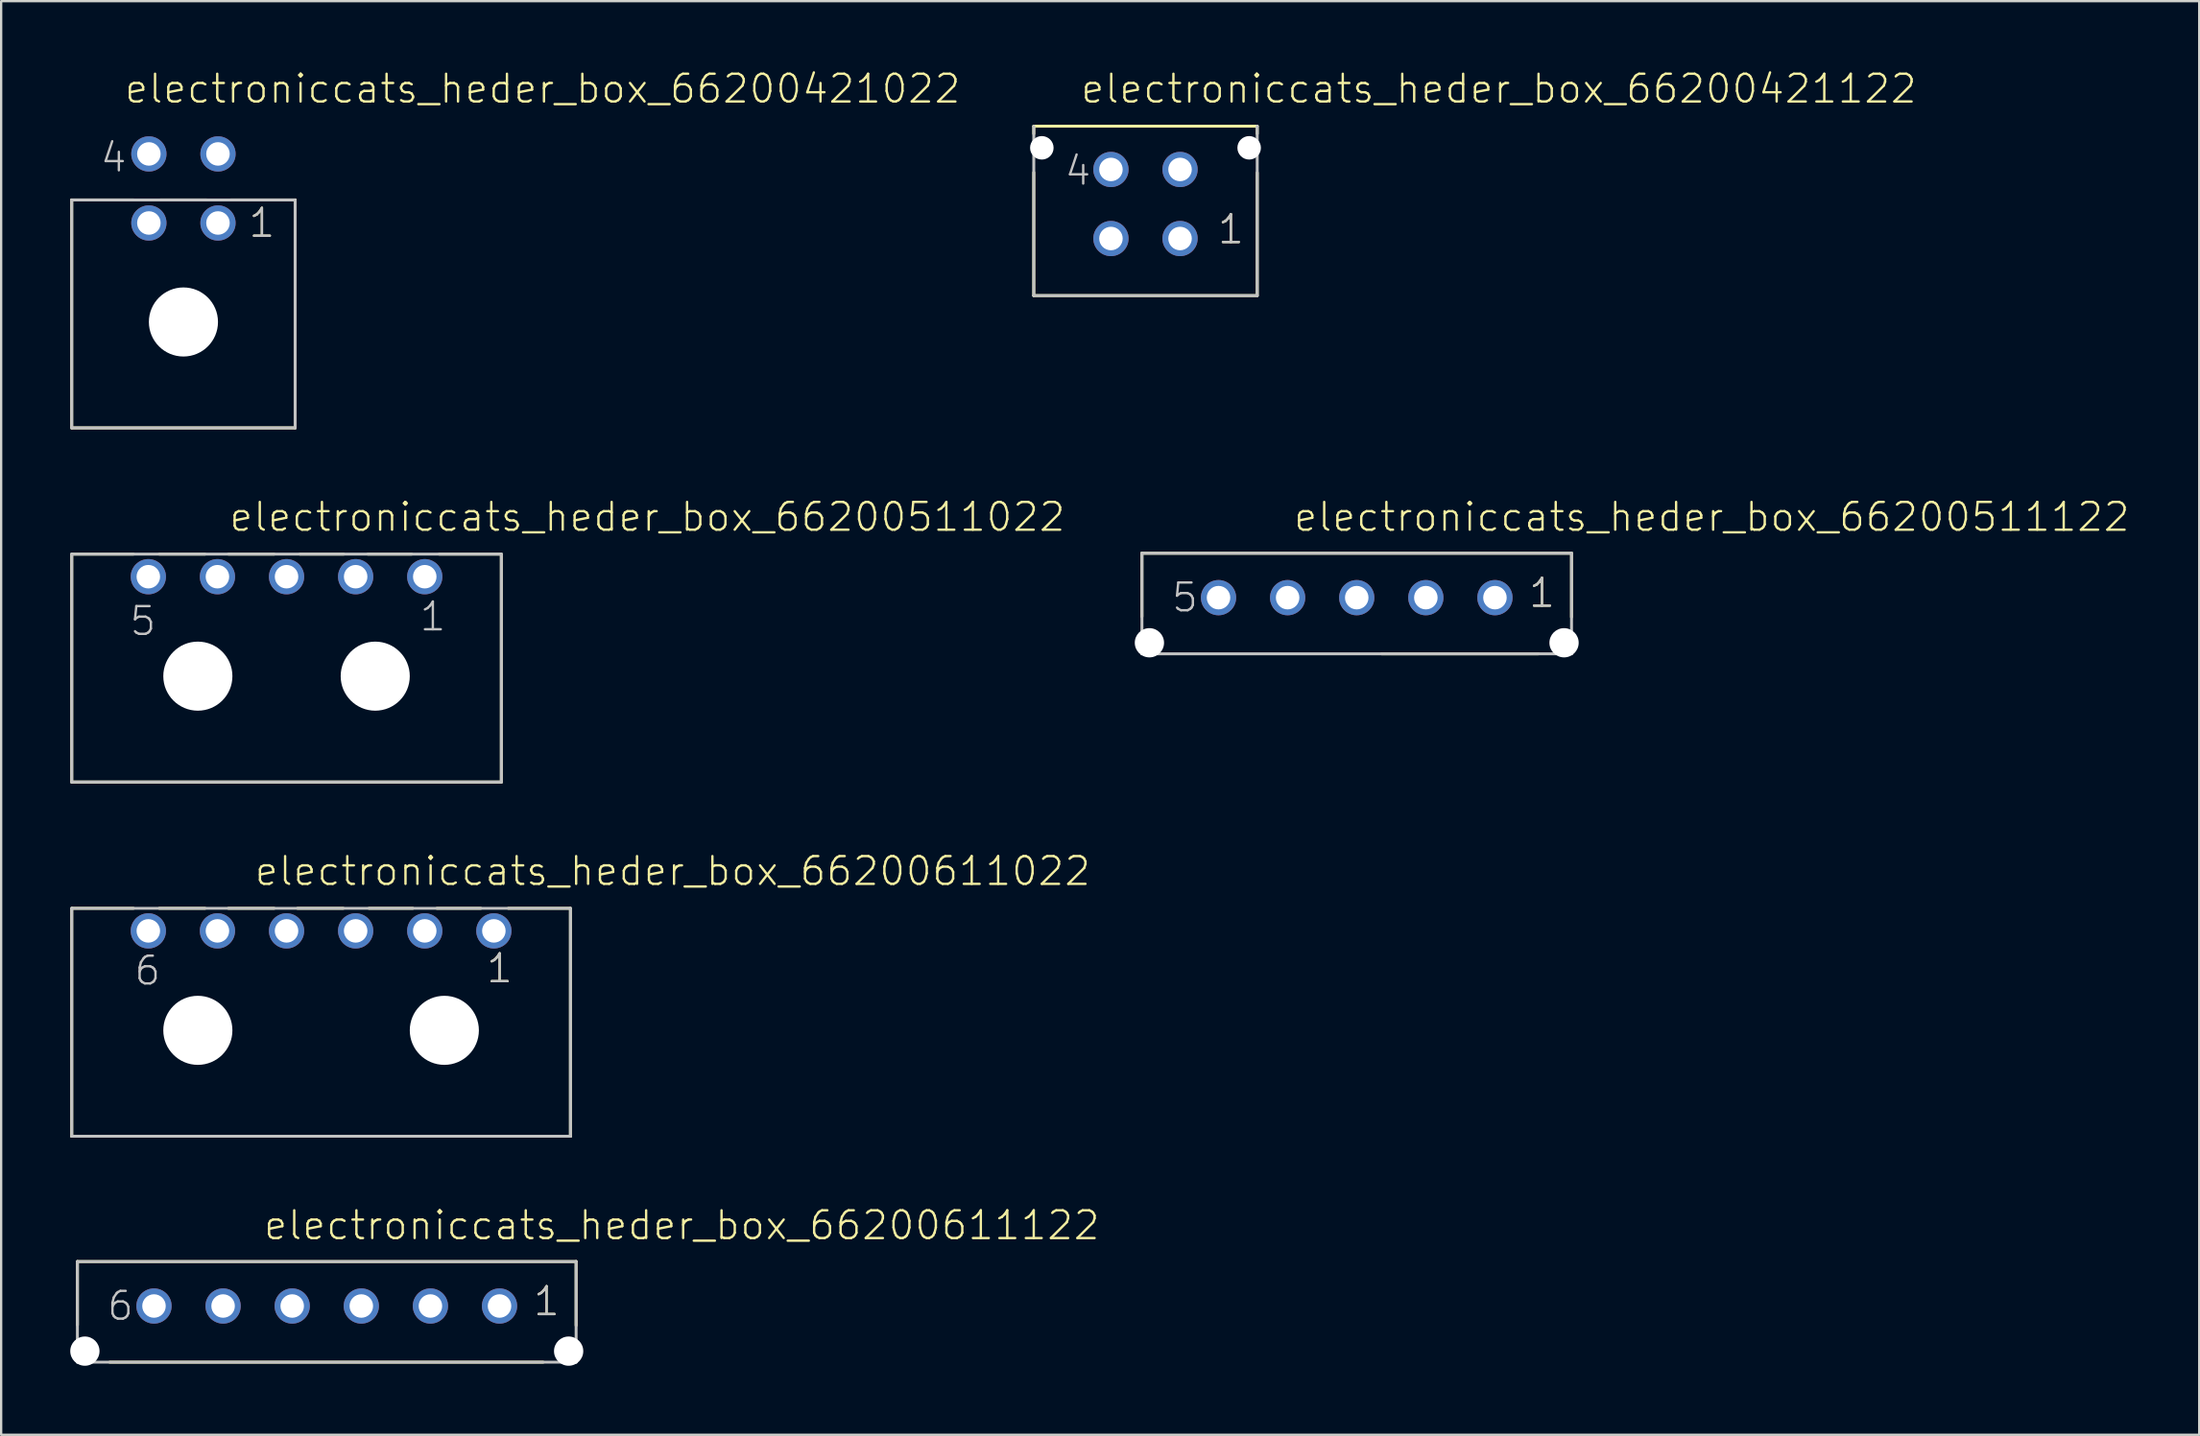
<source format=kicad_pcb>
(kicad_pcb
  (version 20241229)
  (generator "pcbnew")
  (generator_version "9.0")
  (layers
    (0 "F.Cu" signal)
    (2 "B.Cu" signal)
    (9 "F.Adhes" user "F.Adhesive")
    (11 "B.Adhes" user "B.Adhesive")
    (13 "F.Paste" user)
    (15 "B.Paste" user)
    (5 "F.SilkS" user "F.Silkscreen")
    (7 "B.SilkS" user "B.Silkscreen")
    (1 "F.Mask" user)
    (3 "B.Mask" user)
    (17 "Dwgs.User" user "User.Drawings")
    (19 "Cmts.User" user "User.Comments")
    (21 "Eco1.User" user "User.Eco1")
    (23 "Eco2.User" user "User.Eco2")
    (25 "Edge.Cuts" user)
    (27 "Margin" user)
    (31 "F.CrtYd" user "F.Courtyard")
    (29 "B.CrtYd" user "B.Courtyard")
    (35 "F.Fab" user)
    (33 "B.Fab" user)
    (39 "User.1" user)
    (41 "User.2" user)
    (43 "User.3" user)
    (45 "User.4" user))
  (footprint "electroniccats_heder_box_66200611022"
    (layer "F.Cu")
    (at 10.889 41.706)
    (property "Reference" "electroniccats_heder_box_66200611022" (at -2.95 -6.21 0) (layer "F.SilkS") (effects (font (size 1.206 1.206) (thickness 0.102)) (justify left bottom)))
    (attr through_hole)
    (fp_line (start -10.825 4.6) (end -10.825 -5.3) (stroke (width 0.127) (type solid)) (layer "F.SilkS"))
    (fp_line (start -10.8 -5.3) (end -8.15 -5.3) (stroke (width 0.127) (type solid)) (layer "F.SilkS"))
    (fp_line (start -7.02 -5.3) (end -5.04 -5.3) (stroke (width 0.127) (type solid)) (layer "F.SilkS"))
    (fp_line (start -4.02 -5.3) (end -2.04 -5.3) (stroke (width 0.127) (type solid)) (layer "F.SilkS"))
    (fp_line (start -1.02 -5.3) (end 0.96 -5.3) (stroke (width 0.127) (type solid)) (layer "F.SilkS"))
    (fp_line (start 2.08 -5.3) (end 3.98 -5.3) (stroke (width 0.127) (type solid)) (layer "F.SilkS"))
    (fp_line (start 5.03 -5.3) (end 6.93 -5.3) (stroke (width 0.127) (type solid)) (layer "F.SilkS"))
    (fp_line (start 8.13 -5.3) (end 10.8 -5.3) (stroke (width 0.127) (type solid)) (layer "F.SilkS"))
    (fp_line (start 10.825 -5.3) (end 10.825 4.6) (stroke (width 0.127) (type solid)) (layer "F.SilkS"))
    (fp_line (start 10.825 4.6) (end -10.825 4.6) (stroke (width 0.127) (type solid)) (layer "F.SilkS"))
    (fp_line (start -10.825 -5.3) (end 10.825 -5.3) (stroke (width 0.127) (type solid)) (layer "Dwgs.User"))
    (fp_line (start -10.825 4.6) (end -10.825 -5.3) (stroke (width 0.127) (type solid)) (layer "Dwgs.User"))
    (fp_line (start 10.825 -5.3) (end 10.825 4.6) (stroke (width 0.127) (type solid)) (layer "Dwgs.User"))
    (fp_line (start 10.825 4.6) (end -10.825 4.6) (stroke (width 0.127) (type solid)) (layer "Dwgs.User"))
    (fp_text user "1" (at 7.11 -1.985 0) (layer "F.SilkS") (effects (font (size 1.206 1.206) (thickness 0.102)) (justify left bottom)))
    (fp_text user "1" (at 7.11 -1.985 0) (layer "Dwgs.User") (effects (font (size 1.206 1.206) (thickness 0.102)) (justify left bottom)))
    (fp_text user "6" (at -8.175 -1.885 0) (layer "Dwgs.User") (effects (font (size 1.206 1.206) (thickness 0.102)) (justify left bottom)))
    (pad "" np_thru_hole circle (at -5.35 0) (size 3 3) (drill 3) (layers "*.Cu"))
    (pad "" np_thru_hole circle (at 5.35 0) (size 3 3) (drill 3) (layers "*.Cu"))
    (pad "1" thru_hole circle (at 7.5 -4.32) (size 1.53 1.53) (drill 1.02) (layers "*.Cu" "*.Mask"))
    (pad "2" thru_hole circle (at 4.5 -4.32) (size 1.53 1.53) (drill 1.02) (layers "*.Cu" "*.Mask"))
    (pad "3" thru_hole circle (at 1.5 -4.32) (size 1.53 1.53) (drill 1.02) (layers "*.Cu" "*.Mask"))
    (pad "4" thru_hole circle (at -1.5 -4.32) (size 1.53 1.53) (drill 1.02) (layers "*.Cu" "*.Mask"))
    (pad "5" thru_hole circle (at -4.5 -4.32) (size 1.53 1.53) (drill 1.02) (layers "*.Cu" "*.Mask"))
    (pad "6" thru_hole circle (at -7.5 -4.32) (size 1.53 1.53) (drill 1.02) (layers "*.Cu" "*.Mask")))
  (footprint "electroniccats_heder_box_66200421022"
    (layer "F.Cu")
    (at 4.913 10.936)
    (property "Reference" "electroniccats_heder_box_66200421022" (at -2.62 -9.425 0) (layer "F.SilkS") (effects (font (size 1.206 1.206) (thickness 0.102)) (justify left bottom)))
    (attr through_hole)
    (fp_line (start -4.85 4.6) (end -4.85 -5.3) (stroke (width 0.127) (type solid)) (layer "F.SilkS"))
    (fp_line (start -2.16 -5.3) (end -4.85 -5.3) (stroke (width 0.127) (type solid)) (layer "F.SilkS"))
    (fp_line (start -1 -5.3) (end 1 -5.3) (stroke (width 0.127) (type solid)) (layer "F.SilkS"))
    (fp_line (start 2.06 -5.3) (end 4.85 -5.3) (stroke (width 0.127) (type solid)) (layer "F.SilkS"))
    (fp_line (start 4.85 -5.3) (end 4.85 4.6) (stroke (width 0.127) (type solid)) (layer "F.SilkS"))
    (fp_line (start 4.85 4.6) (end -4.85 4.6) (stroke (width 0.127) (type solid)) (layer "F.SilkS"))
    (fp_line (start -4.85 -5.3) (end 4.85 -5.3) (stroke (width 0.127) (type solid)) (layer "Dwgs.User"))
    (fp_line (start -4.85 4.6) (end -4.85 -5.3) (stroke (width 0.127) (type solid)) (layer "Dwgs.User"))
    (fp_line (start 4.85 -5.3) (end 4.85 4.6) (stroke (width 0.127) (type solid)) (layer "Dwgs.User"))
    (fp_line (start 4.85 4.6) (end -4.85 4.6) (stroke (width 0.127) (type solid)) (layer "Dwgs.User"))
    (fp_text user "1" (at 2.765 -3.595 0) (layer "F.SilkS") (effects (font (size 1.206 1.206) (thickness 0.102)) (justify left bottom)))
    (fp_text user "4" (at -3.675 -6.435 0) (layer "Dwgs.User") (effects (font (size 1.206 1.206) (thickness 0.102)) (justify left bottom)))
    (fp_text user "1" (at 2.765 -3.595 0) (layer "Dwgs.User") (effects (font (size 1.206 1.206) (thickness 0.102)) (justify left bottom)))
    (pad "" np_thru_hole circle (at 0 0) (size 3 3) (drill 3) (layers "*.Cu"))
    (pad "1" thru_hole circle (at 1.5 -4.3) (size 1.53 1.53) (drill 1.02) (layers "*.Cu" "*.Mask"))
    (pad "2" thru_hole circle (at -1.5 -4.3) (size 1.53 1.53) (drill 1.02) (layers "*.Cu" "*.Mask"))
    (pad "3" thru_hole circle (at 1.5 -7.3) (size 1.53 1.53) (drill 1.02) (layers "*.Cu" "*.Mask"))
    (pad "4" thru_hole circle (at -1.5 -7.3) (size 1.53 1.53) (drill 1.02) (layers "*.Cu" "*.Mask")))
  (footprint "electroniccats_heder_box_66200611122"
    (layer "F.Cu")
    (at 11.135 53.681)
    (property "Reference" "electroniccats_heder_box_66200611122" (at -2.8 -2.8 0) (layer "F.SilkS") (effects (font (size 1.206 1.206) (thickness 0.102)) (justify left bottom)))
    (attr through_hole)
    (fp_line (start -10.825 -1.93) (end 10.825 -1.93) (stroke (width 0.127) (type solid)) (layer "F.SilkS"))
    (fp_line (start -10.825 0.825) (end -10.825 -1.93) (stroke (width 0.127) (type solid)) (layer "F.SilkS"))
    (fp_line (start -9.42 2.44) (end 9.39 2.44) (stroke (width 0.127) (type solid)) (layer "F.SilkS"))
    (fp_line (start 10.825 -1.93) (end 10.825 0.845) (stroke (width 0.127) (type solid)) (layer "F.SilkS"))
    (fp_line (start -10.825 -1.93) (end 10.825 -1.93) (stroke (width 0.127) (type solid)) (layer "Dwgs.User"))
    (fp_line (start -10.825 2.44) (end -10.825 -1.93) (stroke (width 0.127) (type solid)) (layer "Dwgs.User"))
    (fp_line (start 10.825 -1.93) (end 10.825 2.44) (stroke (width 0.127) (type solid)) (layer "Dwgs.User"))
    (fp_line (start 10.825 2.44) (end -10.825 2.44) (stroke (width 0.127) (type solid)) (layer "Dwgs.User"))
    (fp_text user "1" (at 8.9 0.5 0) (layer "F.SilkS") (effects (font (size 1.206 1.206) (thickness 0.102)) (justify left bottom)))
    (fp_text user "1" (at 8.9 0.5 0) (layer "Dwgs.User") (effects (font (size 1.206 1.206) (thickness 0.102)) (justify left bottom)))
    (fp_text user "6" (at -9.6 0.7 0) (layer "Dwgs.User") (effects (font (size 1.206 1.206) (thickness 0.102)) (justify left bottom)))
    (pad "" np_thru_hole circle (at -10.5 1.96) (size 1.27 1.27) (drill 1.27) (layers "*.Cu"))
    (pad "" np_thru_hole circle (at 10.5 1.96) (size 1.27 1.27) (drill 1.27) (layers "*.Cu"))
    (pad "1" thru_hole circle (at 7.5 0) (size 1.53 1.53) (drill 1.02) (layers "*.Cu" "*.Mask"))
    (pad "2" thru_hole circle (at 4.5 0) (size 1.53 1.53) (drill 1.02) (layers "*.Cu" "*.Mask"))
    (pad "3" thru_hole circle (at 1.5 0) (size 1.53 1.53) (drill 1.02) (layers "*.Cu" "*.Mask"))
    (pad "4" thru_hole circle (at -1.5 0) (size 1.53 1.53) (drill 1.02) (layers "*.Cu" "*.Mask"))
    (pad "5" thru_hole circle (at -4.5 0) (size 1.53 1.53) (drill 1.02) (layers "*.Cu" "*.Mask"))
    (pad "6" thru_hole circle (at -7.5 0) (size 1.53 1.53) (drill 1.02) (layers "*.Cu" "*.Mask")))
  (footprint "electroniccats_heder_box_66200511022"
    (layer "F.Cu")
    (at 9.389 26.321)
    (property "Reference" "electroniccats_heder_box_66200511022" (at -2.55 -6.21 0) (layer "F.SilkS") (effects (font (size 1.206 1.206) (thickness 0.102)) (justify left bottom)))
    (attr through_hole)
    (fp_line (start -9.325 4.6) (end -9.325 -5.3) (stroke (width 0.127) (type solid)) (layer "F.SilkS"))
    (fp_line (start -9.3 -5.3) (end -6.65 -5.3) (stroke (width 0.127) (type solid)) (layer "F.SilkS"))
    (fp_line (start -5.52 -5.3) (end -3.54 -5.3) (stroke (width 0.127) (type solid)) (layer "F.SilkS"))
    (fp_line (start -2.52 -5.3) (end -0.54 -5.3) (stroke (width 0.127) (type solid)) (layer "F.SilkS"))
    (fp_line (start 0.58 -5.3) (end 2.48 -5.3) (stroke (width 0.127) (type solid)) (layer "F.SilkS"))
    (fp_line (start 3.53 -5.3) (end 5.43 -5.3) (stroke (width 0.127) (type solid)) (layer "F.SilkS"))
    (fp_line (start 6.63 -5.3) (end 9.3 -5.3) (stroke (width 0.127) (type solid)) (layer "F.SilkS"))
    (fp_line (start 9.325 -5.3) (end 9.325 4.6) (stroke (width 0.127) (type solid)) (layer "F.SilkS"))
    (fp_line (start 9.325 4.6) (end -9.325 4.6) (stroke (width 0.127) (type solid)) (layer "F.SilkS"))
    (fp_line (start -9.325 -5.3) (end 9.325 -5.3) (stroke (width 0.127) (type solid)) (layer "Dwgs.User"))
    (fp_line (start -9.325 4.6) (end -9.325 -5.3) (stroke (width 0.127) (type solid)) (layer "Dwgs.User"))
    (fp_line (start 9.325 -5.3) (end 9.325 4.6) (stroke (width 0.127) (type solid)) (layer "Dwgs.User"))
    (fp_line (start 9.325 4.6) (end -9.325 4.6) (stroke (width 0.127) (type solid)) (layer "Dwgs.User"))
    (fp_text user "1" (at 5.71 -1.885 0) (layer "Dwgs.User") (effects (font (size 1.206 1.206) (thickness 0.102)) (justify left bottom)))
    (fp_text user "5" (at -6.875 -1.685 0) (layer "Dwgs.User") (effects (font (size 1.206 1.206) (thickness 0.102)) (justify left bottom)))
    (pad "" np_thru_hole circle (at -3.85 0) (size 3 3) (drill 3) (layers "*.Cu"))
    (pad "" np_thru_hole circle (at 3.85 0) (size 3 3) (drill 3) (layers "*.Cu"))
    (pad "1" thru_hole circle (at 6 -4.32) (size 1.53 1.53) (drill 1.02) (layers "*.Cu" "*.Mask"))
    (pad "2" thru_hole circle (at 3 -4.32) (size 1.53 1.53) (drill 1.02) (layers "*.Cu" "*.Mask"))
    (pad "3" thru_hole circle (at 0 -4.32) (size 1.53 1.53) (drill 1.02) (layers "*.Cu" "*.Mask"))
    (pad "4" thru_hole circle (at -3 -4.32) (size 1.53 1.53) (drill 1.02) (layers "*.Cu" "*.Mask"))
    (pad "5" thru_hole circle (at -6 -4.32) (size 1.53 1.53) (drill 1.02) (layers "*.Cu" "*.Mask")))
  (footprint "electroniccats_heder_box_66200421122"
    (layer "F.Cu")
    (at 46.677 5.811)
    (property "Reference" "electroniccats_heder_box_66200421122" (at -2.875 -4.3 0) (layer "F.SilkS") (effects (font (size 1.206 1.206) (thickness 0.102)) (justify left bottom)))
    (attr through_hole)
    (fp_line (start -4.85 -3.05) (end -4.85 -3.38) (stroke (width 0.127) (type solid)) (layer "F.SilkS"))
    (fp_line (start -4.85 -1.37) (end -4.85 3.98) (stroke (width 0.127) (type solid)) (layer "F.SilkS"))
    (fp_line (start -4.85 3.98) (end 4.85 3.98) (stroke (width 0.127) (type solid)) (layer "F.SilkS"))
    (fp_line (start 4.85 -3.38) (end -4.85 -3.38) (stroke (width 0.127) (type solid)) (layer "F.SilkS"))
    (fp_line (start 4.85 -3.05) (end 4.85 -3.38) (stroke (width 0.127) (type solid)) (layer "F.SilkS"))
    (fp_line (start 4.85 -1.36) (end 4.85 3.94) (stroke (width 0.127) (type solid)) (layer "F.SilkS"))
    (fp_line (start -4.85 -3.38) (end -4.85 3.98) (stroke (width 0.127) (type solid)) (layer "Dwgs.User"))
    (fp_line (start -4.85 3.98) (end 4.85 3.98) (stroke (width 0.127) (type solid)) (layer "Dwgs.User"))
    (fp_line (start 4.85 3.98) (end 4.85 -3.38) (stroke (width 0.127) (type solid)) (layer "Dwgs.User"))
    (fp_text user "1" (at 3.065 1.805 0) (layer "F.SilkS") (effects (font (size 1.206 1.206) (thickness 0.102)) (justify left bottom)))
    (fp_text user "4" (at -3.575 -0.735 0) (layer "Dwgs.User") (effects (font (size 1.206 1.206) (thickness 0.102)) (justify left bottom)))
    (fp_text user "1" (at 3.065 1.805 0) (layer "Dwgs.User") (effects (font (size 1.206 1.206) (thickness 0.102)) (justify left bottom)))
    (pad "" np_thru_hole circle (at -4.5 -2.44) (size 1.02 1.02) (drill 1.02) (layers "*.Cu"))
    (pad "" np_thru_hole circle (at 4.5 -2.44) (size 1.02 1.02) (drill 1.02) (layers "*.Cu"))
    (pad "1" thru_hole circle (at 1.5 1.5) (size 1.53 1.53) (drill 1.02) (layers "*.Cu" "*.Mask"))
    (pad "2" thru_hole circle (at -1.5 1.5) (size 1.53 1.53) (drill 1.02) (layers "*.Cu" "*.Mask"))
    (pad "3" thru_hole circle (at 1.5 -1.5) (size 1.53 1.53) (drill 1.02) (layers "*.Cu" "*.Mask"))
    (pad "4" thru_hole circle (at -1.5 -1.5) (size 1.53 1.53) (drill 1.02) (layers "*.Cu" "*.Mask")))
  (footprint "electroniccats_heder_box_66200511122"
    (layer "F.Cu")
    (at 55.847 22.911)
    (property "Reference" "electroniccats_heder_box_66200511122" (at -2.8 -2.8 0) (layer "F.SilkS") (effects (font (size 1.206 1.206) (thickness 0.102)) (justify left bottom)))
    (attr through_hole)
    (fp_line (start -9.325 -1.93) (end 9.325 -1.93) (stroke (width 0.127) (type solid)) (layer "F.SilkS"))
    (fp_line (start -9.325 0.825) (end -9.325 -1.93) (stroke (width 0.127) (type solid)) (layer "F.SilkS"))
    (fp_line (start 1.08 2.44) (end 7.89 2.44) (stroke (width 0.127) (type solid)) (layer "F.SilkS"))
    (fp_line (start 9.325 -1.93) (end 9.325 0.845) (stroke (width 0.127) (type solid)) (layer "F.SilkS"))
    (fp_line (start -9.325 -1.93) (end 9.325 -1.93) (stroke (width 0.127) (type solid)) (layer "Dwgs.User"))
    (fp_line (start -9.325 2.44) (end -9.325 -1.93) (stroke (width 0.127) (type solid)) (layer "Dwgs.User"))
    (fp_line (start 9.325 -1.93) (end 9.325 2.44) (stroke (width 0.127) (type solid)) (layer "Dwgs.User"))
    (fp_line (start 9.325 2.44) (end -9.325 2.44) (stroke (width 0.127) (type solid)) (layer "Dwgs.User"))
    (fp_text user "1" (at 7.4 0.5 0) (layer "F.SilkS") (effects (font (size 1.206 1.206) (thickness 0.102)) (justify left bottom)))
    (fp_text user "5" (at -8.1 0.7 0) (layer "Dwgs.User") (effects (font (size 1.206 1.206) (thickness 0.102)) (justify left bottom)))
    (fp_text user "1" (at 7.4 0.5 0) (layer "Dwgs.User") (effects (font (size 1.206 1.206) (thickness 0.102)) (justify left bottom)))
    (pad "" np_thru_hole circle (at -9 1.96) (size 1.27 1.27) (drill 1.27) (layers "*.Cu"))
    (pad "" np_thru_hole circle (at 9 1.96) (size 1.27 1.27) (drill 1.27) (layers "*.Cu"))
    (pad "1" thru_hole circle (at 6 0) (size 1.53 1.53) (drill 1.02) (layers "*.Cu" "*.Mask"))
    (pad "2" thru_hole circle (at 3 0) (size 1.53 1.53) (drill 1.02) (layers "*.Cu" "*.Mask"))
    (pad "3" thru_hole circle (at 0 0) (size 1.53 1.53) (drill 1.02) (layers "*.Cu" "*.Mask"))
    (pad "4" thru_hole circle (at -3 0) (size 1.53 1.53) (drill 1.02) (layers "*.Cu" "*.Mask"))
    (pad "5" thru_hole circle (at -6 0) (size 1.53 1.53) (drill 1.02) (layers "*.Cu" "*.Mask")))
  (gr_rect
    (start -3 -3)
    (end 92.42 59.276)
    (stroke (width 0.1) (type default))
    (fill no)
    (layer "Edge.Cuts")))
</source>
